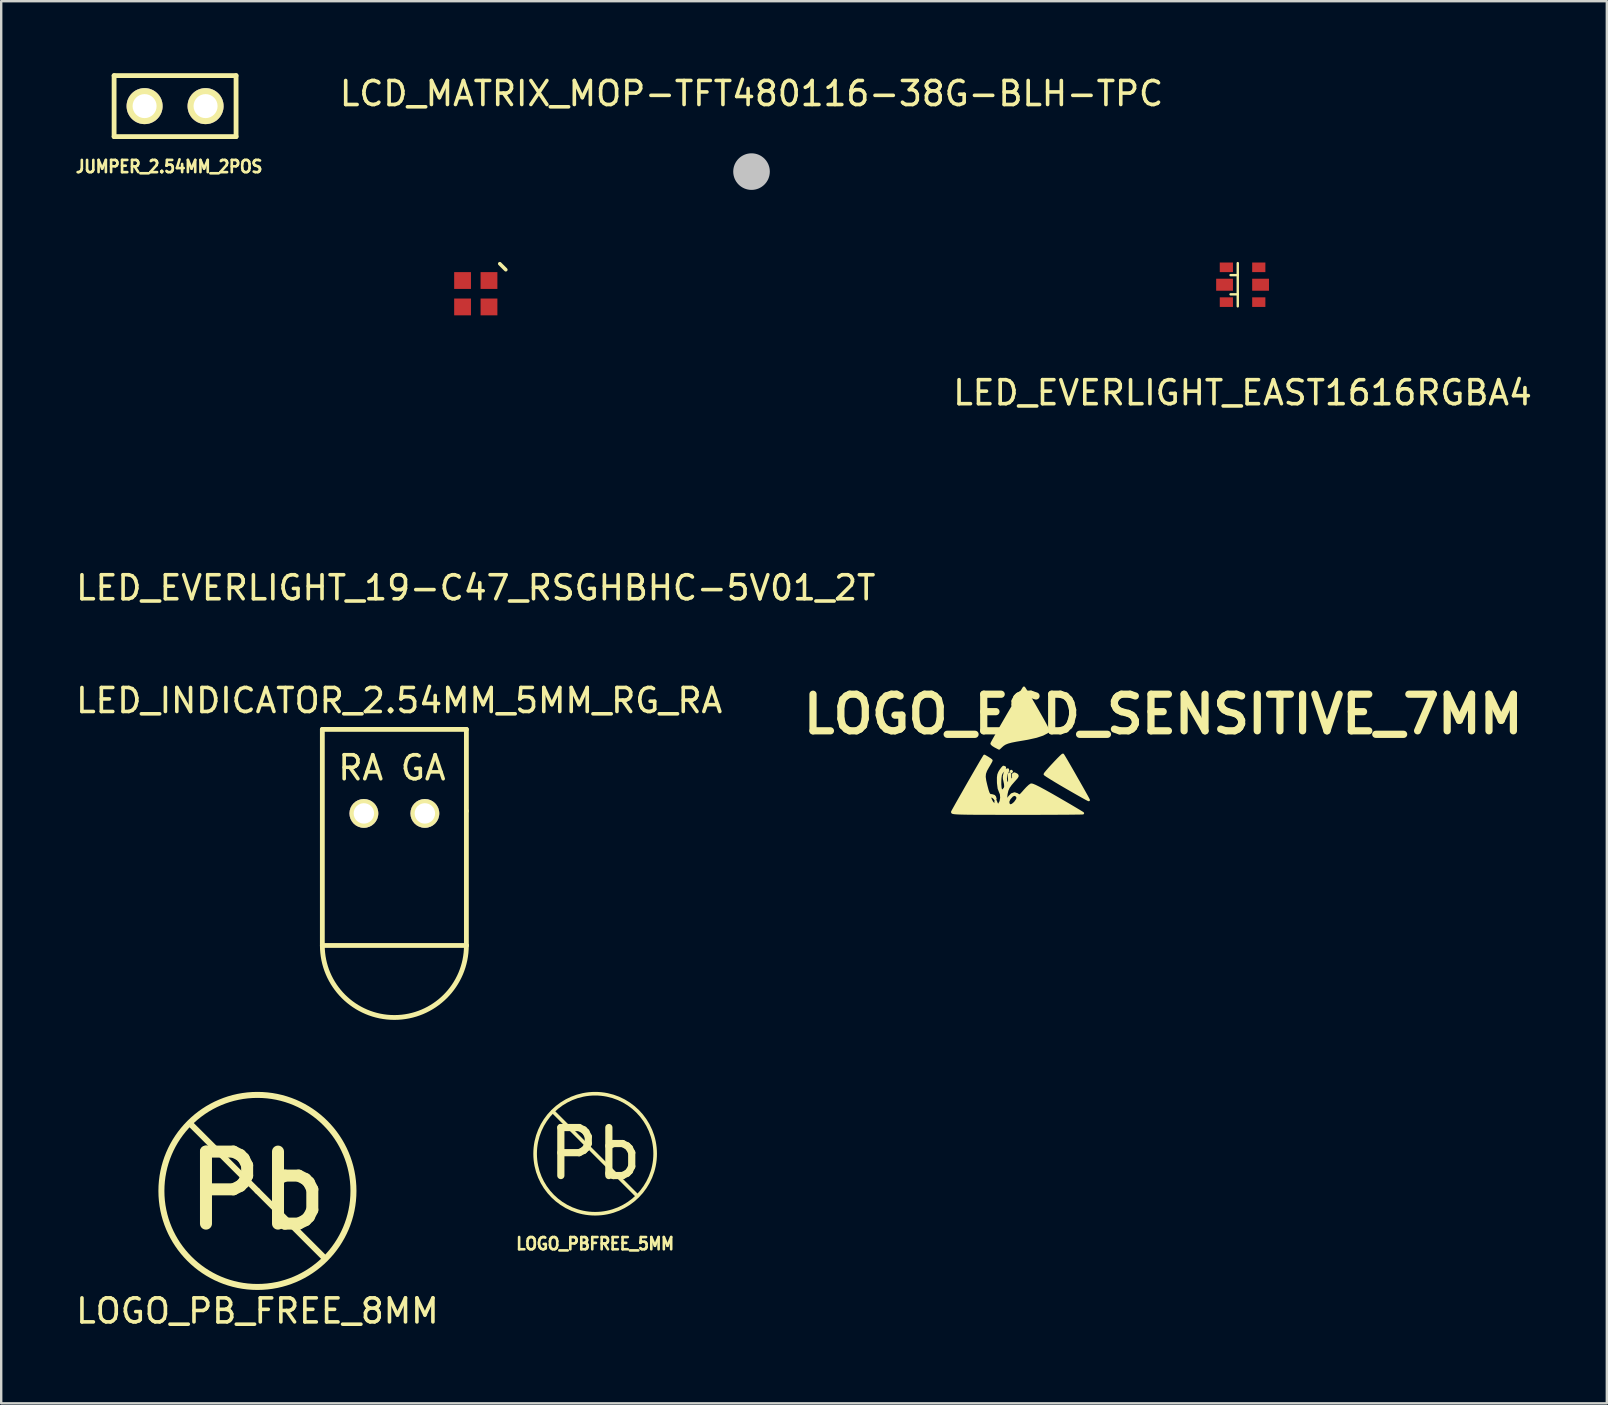
<source format=kicad_pcb>
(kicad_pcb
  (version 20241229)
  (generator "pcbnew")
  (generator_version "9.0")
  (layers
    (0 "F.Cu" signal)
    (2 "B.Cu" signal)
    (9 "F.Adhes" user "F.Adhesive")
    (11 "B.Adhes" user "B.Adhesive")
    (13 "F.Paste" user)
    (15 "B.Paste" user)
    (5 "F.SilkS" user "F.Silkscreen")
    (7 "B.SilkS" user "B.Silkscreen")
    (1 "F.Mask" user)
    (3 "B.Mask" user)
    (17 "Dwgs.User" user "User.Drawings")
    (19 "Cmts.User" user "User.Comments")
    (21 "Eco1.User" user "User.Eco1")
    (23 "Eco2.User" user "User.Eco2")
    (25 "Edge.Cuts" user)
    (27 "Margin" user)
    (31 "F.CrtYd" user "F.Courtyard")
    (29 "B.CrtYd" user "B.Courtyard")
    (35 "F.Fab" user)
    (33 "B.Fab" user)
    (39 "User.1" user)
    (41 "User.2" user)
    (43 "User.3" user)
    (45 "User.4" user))
  (footprint "LED_EVERLIGHT_EAST1616RGBA4"
    (layer "F.Cu")
    (at 48.708 8.81)
    (property "Reference" "LED_EVERLIGHT_EAST1616RGBA4" (at 0 4.5 0) (unlocked yes) (layer "F.SilkS") (effects (font (size 1 1) (thickness 0.15))))
    (attr smd)
    (fp_line (start -0.5 -0.4) (end -0.2 -0.4) (stroke (width 0.1) (type solid)) (layer "F.SilkS"))
    (fp_line (start -0.5 0.4) (end -0.2 0.4) (stroke (width 0.1) (type solid)) (layer "F.SilkS"))
    (fp_line (start -0.2 -0.9) (end -0.2 0.9) (stroke (width 0.1) (type solid)) (layer "F.SilkS"))
    (fp_text user "LED_RGB symbol" (at 0 8.5 0) (unlocked yes) (layer "User.1") (effects (font (size 0.5 0.5) (thickness 0.025))))
    (fp_text user "(datasheet pin # is different)" (at 0 9.5 0) (unlocked yes) (layer "User.1") (effects (font (size 0.5 0.5) (thickness 0.025))))
    (pad "1" smd rect (at 0.675 -0.725) (size 0.55 0.4) (layers "F.Cu" "F.Mask" "F.Paste"))
    (pad "2" smd rect (at 0.75 0) (size 0.7 0.5) (layers "F.Cu" "F.Mask" "F.Paste"))
    (pad "3" smd rect (at 0.675 0.725) (size 0.55 0.4) (layers "F.Cu" "F.Mask" "F.Paste"))
    (pad "4" smd rect (at -0.675 0.725) (size 0.55 0.4) (layers "F.Cu" "F.Mask" "F.Paste"))
    (pad "5" smd rect (at -0.75 0) (size 0.7 0.5) (layers "F.Cu" "F.Mask" "F.Paste"))
    (pad "6" smd rect (at -0.675 -0.725) (size 0.55 0.4) (layers "F.Cu" "F.Mask" "F.Paste")))
  (footprint "LED_EVERLIGHT_19-C47_RSGHBHC-5V01_2T"
    (layer "F.Cu")
    (at 16.768 9.185)
    (property "Reference" "LED_EVERLIGHT_19-C47_RSGHBHC-5V01_2T" (at 0 12.25 0) (unlocked yes) (layer "F.SilkS") (effects (font (size 1 1) (thickness 0.15))))
    (attr smd)
    (fp_line (start 1 -1.25) (end 1.25 -1) (stroke (width 0.15) (type default)) (layer "F.SilkS"))
    (pad "1" smd rect (at 0.55 -0.55) (size 0.7 0.7) (layers "F.Cu" "F.Mask" "F.Paste"))
    (pad "2" smd rect (at 0.55 0.55) (size 0.7 0.7) (layers "F.Cu" "F.Mask" "F.Paste"))
    (pad "3" smd rect (at -0.55 0.55) (size 0.7 0.7) (layers "F.Cu" "F.Mask" "F.Paste"))
    (pad "4" smd rect (at -0.55 -0.55) (size 0.7 0.7) (layers "F.Cu" "F.Mask" "F.Paste")))
  (footprint "JUMPER_2.54MM_2POS"
    (layer "F.Cu")
    (at 4.243 1.37)
    (property "Reference" "JUMPER_2.54MM_2POS" (at -0.25 2.52 0) (layer "F.SilkS") (effects (font (size 0.508 0.457) (thickness 0.11))))
    (attr through_hole)
    (fp_line (start -2.54 -1.27) (end -2.54 1.27) (stroke (width 0.2) (type solid)) (layer "F.SilkS"))
    (fp_line (start -2.54 1.27) (end 2.54 1.27) (stroke (width 0.2) (type solid)) (layer "F.SilkS"))
    (fp_line (start 2.54 -1.27) (end -2.54 -1.27) (stroke (width 0.2) (type solid)) (layer "F.SilkS"))
    (fp_line (start 2.54 1.27) (end 2.54 -1.27) (stroke (width 0.2) (type solid)) (layer "F.SilkS"))
    (pad "1" thru_hole circle (at -1.27 0) (size 1.5 1.5) (drill 1) (layers "*.Cu" "*.Mask" "F.SilkS"))
    (pad "2" thru_hole circle (at 1.27 0) (size 1.5 1.5) (drill 1) (layers "*.Cu" "*.Mask" "F.SilkS")))
  (footprint "LED_INDICATOR_2.54MM_5MM_RG_RA"
    (layer "F.Cu")
    (at 13.377 30.832)
    (property "Reference" "LED_INDICATOR_2.54MM_5MM_RG_RA" (at 0.2 -4.7 0) (layer "F.SilkS") (effects (font (size 1 1) (thickness 0.15))))
    (attr through_hole)
    (fp_line (start -3 -3.5) (end 3 -3.5) (stroke (width 0.2) (type solid)) (layer "F.SilkS"))
    (fp_line (start -3 5.5) (end -3 -3.5) (stroke (width 0.2) (type solid)) (layer "F.SilkS"))
    (fp_line (start 3 -3.5) (end 3 -0.1) (stroke (width 0.2) (type solid)) (layer "F.SilkS"))
    (fp_line (start 3 -0.1) (end 3 5.5) (stroke (width 0.2) (type solid)) (layer "F.SilkS"))
    (fp_line (start 3 5.5) (end -3 5.5) (stroke (width 0.2) (type solid)) (layer "F.SilkS"))
    (fp_arc (start 3 5.5) (mid 0 8.5) (end -3 5.5) (stroke (width 0.2) (type solid)) (layer "F.SilkS"))
    (fp_text user "GA" (at 1.2 -1.9 0) (layer "F.SilkS") (effects (font (size 1 1) (thickness 0.15))))
    (fp_text user "RA" (at -1.4 -1.9 0) (layer "F.SilkS") (effects (font (size 1 1) (thickness 0.15))))
    (pad "1" thru_hole circle (at -1.27 0) (size 1.2 1.2) (drill 0.85) (layers "*.Cu" "*.Mask" "F.SilkS"))
    (pad "2" thru_hole circle (at 1.27 0) (size 1.2 1.2) (drill 0.85) (layers "*.Cu" "*.Mask" "F.SilkS")))
  (footprint "LCD_MATRIX_MOP-TFT480116-38G-BLH-TPC"
    (layer "F.Cu")
    (at 28.254 4.098)
    (property "Reference" "LCD_MATRIX_MOP-TFT480116-38G-BLH-TPC" (at 0 -3.25 0) (layer "F.SilkS") (effects (font (size 1 1) (thickness 0.15))))
    (attr through_hole)
    (pad "" smd circle (at 0 0) (size 1.524 1.524) (layers "Dwgs.User")))
  (footprint "LOGO_PBFREE_5MM"
    (layer "F.Cu")
    (at 21.74 45.007)
    (property "Reference" "LOGO_PBFREE_5MM" (at 0 3.75 0) (layer "F.SilkS") (effects (font (size 0.508 0.457) (thickness 0.11))))
    (attr through_hole)
    (fp_line (start -1.75 -1.75) (end 1.75 1.75) (stroke (width 0.15) (type solid)) (layer "F.SilkS"))
    (fp_circle (center 0 0) (end 2.5 0) (stroke (width 0.15) (type solid)) (fill no) (layer "F.SilkS"))
    (fp_text user "Pb" (at 0 0 0) (layer "F.SilkS") (effects (font (size 2 2) (thickness 0.3)))))
  (footprint "LOGO_ESD_SENSITIVE_7MM"
    (layer "F.Cu")
    (at 39.602 28.302)
    (property "Reference" "LOGO_ESD_SENSITIVE_7MM" (at 5.8 -1.6 0) (layer "F.SilkS") (effects (font (size 1.524 1.524) (thickness 0.3))))
    (attr through_hole)
    (fp_poly (pts (xy -0.508 0.783) (xy -0.529 0.804) (xy -0.55 0.783) (xy -0.529 0.762) (xy -0.508 0.783)) (stroke (width 0.1) (type solid)) (fill yes) (layer "F.SilkS"))
    (fp_poly (pts (xy 2.698 1.973) (xy 2.66 1.956) (xy 2.558 1.902) (xy 2.404 1.816) (xy 2.206 1.704) (xy 1.975 1.572) (xy 1.777 1.458) (xy 1.527 1.312) (xy 1.304 1.179) (xy 1.116 1.064) (xy 0.975 0.975) (xy 0.889 0.917) (xy 0.868 0.897) (xy 0.894 0.854) (xy 0.966 0.768) (xy 1.068 0.651) (xy 1.19 0.518) (xy 1.317 0.382) (xy 1.437 0.257) (xy 1.537 0.158) (xy 1.603 0.098) (xy 1.623 0.088) (xy 1.653 0.135) (xy 1.717 0.241) (xy 1.808 0.396) (xy 1.918 0.586) (xy 2.041 0.8) (xy 2.17 1.027) (xy 2.299 1.253) (xy 2.421 1.468) (xy 2.528 1.659) (xy 2.615 1.814) (xy 2.673 1.922) (xy 2.698 1.971) (xy 2.698 1.973)) (stroke (width 0.1) (type solid)) (fill yes) (layer "F.SilkS"))
    (fp_poly (pts (xy 1.002 -0.912) (xy 0.994 -0.88) (xy 0.972 -0.858) (xy 0.964 -0.852) (xy 0.779 -0.756) (xy 0.513 -0.668) (xy 0.163 -0.59) (xy -0.06 -0.551) (xy -0.329 -0.506) (xy -0.529 -0.466) (xy -0.676 -0.426) (xy -0.784 -0.382) (xy -0.869 -0.329) (xy -0.931 -0.276) (xy -1.037 -0.176) (xy -1.199 -0.26) (xy -1.294 -0.319) (xy -1.345 -0.369) (xy -1.347 -0.382) (xy -1.321 -0.434) (xy -1.259 -0.547) (xy -1.168 -0.708) (xy -1.054 -0.909) (xy -0.923 -1.138) (xy -0.781 -1.384) (xy -0.635 -1.637) (xy -0.49 -1.885) (xy -0.353 -2.12) (xy -0.231 -2.329) (xy -0.128 -2.502) (xy -0.052 -2.628) (xy -0.008 -2.698) (xy 0 -2.707) (xy 0.026 -2.672) (xy 0.088 -2.574) (xy 0.179 -2.421) (xy 0.295 -2.225) (xy 0.429 -1.995) (xy 0.535 -1.81) (xy 0.695 -1.53) (xy 0.817 -1.315) (xy 0.904 -1.154) (xy 0.961 -1.04) (xy 0.993 -0.962) (xy 1.002 -0.912)) (stroke (width 0.1) (type solid)) (fill yes) (layer "F.SilkS"))
    (fp_poly (pts (xy 2.455 2.523) (xy 2.414 2.526) (xy 2.295 2.529) (xy 2.106 2.531) (xy 1.853 2.534) (xy 1.544 2.536) (xy 1.185 2.537) (xy 0.784 2.539) (xy 0.348 2.54) (xy -0.117 2.54) (xy -0.26 2.54) (xy -0.26 1.862) (xy -0.306 1.788) (xy -0.321 1.775) (xy -0.402 1.745) (xy -0.493 1.789) (xy -0.603 1.91) (xy -0.606 1.914) (xy -0.656 2.023) (xy -0.654 2.123) (xy -0.603 2.189) (xy -0.551 2.201) (xy -0.475 2.171) (xy -0.385 2.095) (xy -0.364 2.071) (xy -0.279 1.951) (xy -0.26 1.862) (xy -0.26 2.54) (xy -0.28 2.54) (xy -0.829 2.54) (xy -1.299 2.539) (xy -1.697 2.539) (xy -2.028 2.537) (xy -2.298 2.535) (xy -2.513 2.531) (xy -2.68 2.527) (xy -2.803 2.521) (xy -2.89 2.514) (xy -2.946 2.505) (xy -2.977 2.495) (xy -2.988 2.482) (xy -2.987 2.468) (xy -2.987 2.467) (xy -2.961 2.417) (xy -2.898 2.304) (xy -2.807 2.141) (xy -2.692 1.938) (xy -2.56 1.707) (xy -2.419 1.459) (xy -2.274 1.205) (xy -2.131 0.957) (xy -1.998 0.727) (xy -1.88 0.524) (xy -1.785 0.361) (xy -1.729 0.267) (xy -1.647 0.132) (xy -1.501 0.218) (xy -1.409 0.278) (xy -1.358 0.32) (xy -1.355 0.327) (xy -1.375 0.371) (xy -1.428 0.467) (xy -1.503 0.593) (xy -1.586 0.742) (xy -1.632 0.872) (xy -1.643 1.006) (xy -1.621 1.17) (xy -1.571 1.382) (xy -1.522 1.565) (xy -1.482 1.681) (xy -1.444 1.745) (xy -1.399 1.772) (xy -1.336 1.778) (xy -1.336 1.778) (xy -1.248 1.804) (xy -1.211 1.845) (xy -1.188 1.924) (xy -1.198 1.94) (xy -1.231 1.894) (xy -1.303 1.833) (xy -1.355 1.82) (xy -1.407 1.831) (xy -1.412 1.878) (xy -1.392 1.943) (xy -1.333 2.059) (xy -1.267 2.14) (xy -1.207 2.188) (xy -1.186 2.171) (xy -1.183 2.113) (xy -1.18 2.011) (xy -1.139 2.114) (xy -1.103 2.183) (xy -1.065 2.181) (xy -1.032 2.151) (xy -0.968 2.037) (xy -0.941 1.883) (xy -0.953 1.727) (xy -0.994 1.625) (xy -1.047 1.486) (xy -1.074 1.269) (xy -1.076 1.212) (xy -1.077 1.039) (xy -1.062 0.92) (xy -1.024 0.822) (xy -0.982 0.751) (xy -0.913 0.656) (xy -0.861 0.599) (xy -0.848 0.593) (xy -0.794 0.616) (xy -0.806 0.681) (xy -0.872 0.766) (xy -0.934 0.843) (xy -0.969 0.931) (xy -0.987 1.058) (xy -0.993 1.171) (xy -0.993 1.33) (xy -0.982 1.463) (xy -0.964 1.538) (xy -0.931 1.59) (xy -0.892 1.583) (xy -0.84 1.539) (xy -0.793 1.482) (xy -0.774 1.409) (xy -0.782 1.298) (xy -0.817 1.132) (xy -0.829 1.084) (xy -0.831 0.987) (xy -0.806 0.876) (xy -0.763 0.775) (xy -0.713 0.71) (xy -0.671 0.702) (xy -0.665 0.749) (xy -0.698 0.817) (xy -0.744 0.927) (xy -0.76 1.063) (xy -0.746 1.188) (xy -0.703 1.266) (xy -0.646 1.284) (xy -0.615 1.23) (xy -0.612 1.111) (xy -0.621 1.045) (xy -0.626 0.941) (xy -0.608 0.878) (xy -0.603 0.874) (xy -0.578 0.888) (xy -0.579 0.943) (xy -0.575 1.044) (xy -0.556 1.096) (xy -0.503 1.134) (xy -0.458 1.107) (xy -0.442 1.033) (xy -0.448 0.997) (xy -0.45 0.901) (xy -0.4 0.869) (xy -0.314 0.907) (xy -0.275 0.943) (xy -0.271 0.983) (xy -0.312 1.045) (xy -0.404 1.149) (xy -0.408 1.153) (xy -0.551 1.316) (xy -0.644 1.448) (xy -0.699 1.574) (xy -0.731 1.718) (xy -0.737 1.767) (xy -0.748 1.912) (xy -0.735 1.976) (xy -0.694 1.961) (xy -0.624 1.868) (xy -0.613 1.85) (xy -0.509 1.739) (xy -0.392 1.7) (xy -0.277 1.738) (xy -0.256 1.755) (xy -0.212 1.787) (xy -0.17 1.785) (xy -0.113 1.74) (xy -0.024 1.643) (xy 0.02 1.591) (xy 0.13 1.472) (xy 0.229 1.379) (xy 0.298 1.333) (xy 0.3 1.332) (xy 0.356 1.341) (xy 0.469 1.387) (xy 0.64 1.472) (xy 0.873 1.598) (xy 1.173 1.766) (xy 1.418 1.907) (xy 1.685 2.062) (xy 1.927 2.203) (xy 2.134 2.326) (xy 2.297 2.423) (xy 2.407 2.49) (xy 2.454 2.522) (xy 2.455 2.523)) (stroke (width 0.1) (type solid)) (fill yes) (layer "F.SilkS")))
  (footprint "LOGO_PB_FREE_8MM"
    (layer "F.Cu")
    (at 7.673 46.557)
    (property "Reference" "LOGO_PB_FREE_8MM" (at 0 5 0) (layer "F.SilkS") (effects (font (size 1 1) (thickness 0.15))))
    (attr through_hole)
    (fp_line (start 0 0) (end -2.75 -2.75) (stroke (width 0.25) (type solid)) (layer "F.SilkS"))
    (fp_line (start 0 0) (end 2.75 2.75) (stroke (width 0.25) (type solid)) (layer "F.SilkS"))
    (fp_circle (center 0 0) (end 4 0) (stroke (width 0.25) (type solid)) (fill no) (layer "F.SilkS"))
    (fp_text user "Pb" (at 0 0 0) (layer "F.SilkS") (effects (font (size 3 3) (thickness 0.5)))))
  (gr_rect
    (start -3 -3)
    (end 63.881 55.405)
    (stroke (width 0.1) (type default))
    (fill no)
    (layer "Edge.Cuts")))
</source>
